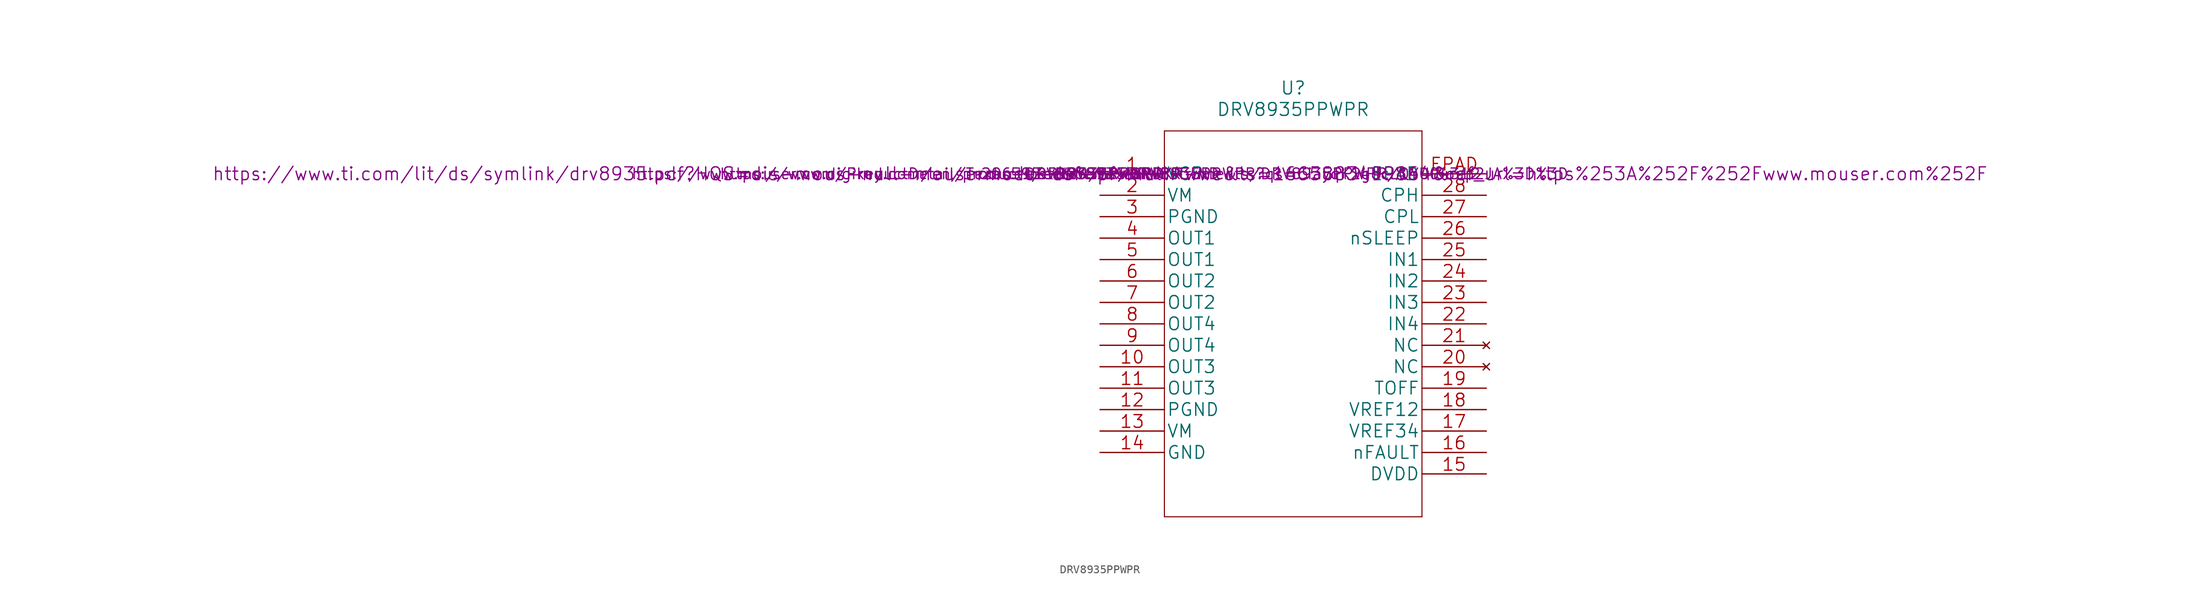
<source format=kicad_sym>
(kicad_symbol_lib
  (version 20211014)
  (generator kicad_symbol_editor)
  (symbol "DRV8935PPWPR"
    (pin_names
      (offset 0.254))
    (property "Reference" "U"
      (at 22.86 10.16 0)
      (effects (font (size 1.524 1.524))))
    (property "Value" "DRV8935PPWPR"
      (at 22.86 7.62 0)
      (effects (font (size 1.524 1.524))))
    (property "Datasheet" "https://www.ti.com/lit/ds/symlink/drv8935.pdf?HQS=dis-mous-null-mousermode-dsf-pf-null-wwe&ts=1665883499864&ref_url=https%253A%252F%252Fwww.mouser.com%252F"
      (at 0 0 0)
      (effects (font (size 1.524 1.524))))
    (property "Manufacturers Part Number" "DRV8935PPWPR"
      (at 0 0 0)
      (effects (font (size 1.27 1.27))))
    (property "Digikey Part Number" "296-DRV8935PPWPRDKR-ND"
      (at 0 0 0)
      (effects (font (size 1.27 1.27))))
    (property "Mouser Part Number" "595-DRV8935PPWPR "
      (at 0 0 0)
      (effects (font (size 1.27 1.27))))
    (property "Digikey Link" "https://www.digikey.com/en/products/detail/texas-instruments/DRV8935PPWPR/14004312"
      (at 0 0 0)
      (effects (font (size 1.27 1.27))))
    (property "Mouser Link" "https://www.mouser.com/ProductDetail/Texas-Instruments/DRV8935PPWPR?qs=CiayqK2gdcLQYUI8oup2JA%3D%3D"
      (at 0 0 0)
      (effects (font (size 1.27 1.27))))
    (symbol "DRV8935PPWPR_1_1"
      (polyline (pts (xy 7.62 -40.64) (xy 38.1 -40.64)) (stroke (width 0.127) (type default) (color 0 0 0 0)) (fill (type none)))
      (polyline (pts (xy 7.62 5.08) (xy 7.62 -40.64)) (stroke (width 0.127) (type default) (color 0 0 0 0)) (fill (type none)))
      (polyline (pts (xy 38.1 -40.64) (xy 38.1 5.08)) (stroke (width 0.127) (type default) (color 0 0 0 0)) (fill (type none)))
      (polyline (pts (xy 38.1 5.08) (xy 7.62 5.08)) (stroke (width 0.127) (type default) (color 0 0 0 0)) (fill (type none)))
      (pin unspecified line (at 0 0 0) (length 7.62) (name "VCP" (effects (font (size 1.499 1.499)))) (number "1" (effects (font (size 1.499 1.499)))))
      (pin output line (at 0 -22.86 0) (length 7.62) (name "OUT3" (effects (font (size 1.499 1.499)))) (number "10" (effects (font (size 1.499 1.499)))))
      (pin output line (at 0 -25.4 0) (length 7.62) (name "OUT3" (effects (font (size 1.499 1.499)))) (number "11" (effects (font (size 1.499 1.499)))))
      (pin power_in line (at 0 -27.94 0) (length 7.62) (name "PGND" (effects (font (size 1.499 1.499)))) (number "12" (effects (font (size 1.499 1.499)))))
      (pin unspecified line (at 0 -30.48 0) (length 7.62) (name "VM" (effects (font (size 1.499 1.499)))) (number "13" (effects (font (size 1.499 1.499)))))
      (pin power_in line (at 0 -33.02 0) (length 7.62) (name "GND" (effects (font (size 1.499 1.499)))) (number "14" (effects (font (size 1.499 1.499)))))
      (pin power_in line (at 45.72 -35.56 180) (length 7.62) (name "DVDD" (effects (font (size 1.499 1.499)))) (number "15" (effects (font (size 1.499 1.499)))))
      (pin unspecified line (at 45.72 -33.02 180) (length 7.62) (name "nFAULT" (effects (font (size 1.499 1.499)))) (number "16" (effects (font (size 1.499 1.499)))))
      (pin power_in line (at 45.72 -30.48 180) (length 7.62) (name "VREF34" (effects (font (size 1.499 1.499)))) (number "17" (effects (font (size 1.499 1.499)))))
      (pin power_in line (at 45.72 -27.94 180) (length 7.62) (name "VREF12" (effects (font (size 1.499 1.499)))) (number "18" (effects (font (size 1.499 1.499)))))
      (pin unspecified line (at 45.72 -25.4 180) (length 7.62) (name "TOFF" (effects (font (size 1.499 1.499)))) (number "19" (effects (font (size 1.499 1.499)))))
      (pin unspecified line (at 0 -2.54 0) (length 7.62) (name "VM" (effects (font (size 1.499 1.499)))) (number "2" (effects (font (size 1.499 1.499)))))
      (pin no_connect line (at 45.72 -22.86 180) (length 7.62) (name "NC" (effects (font (size 1.499 1.499)))) (number "20" (effects (font (size 1.499 1.499)))))
      (pin no_connect line (at 45.72 -20.32 180) (length 7.62) (name "NC" (effects (font (size 1.499 1.499)))) (number "21" (effects (font (size 1.499 1.499)))))
      (pin input line (at 45.72 -17.78 180) (length 7.62) (name "IN4" (effects (font (size 1.499 1.499)))) (number "22" (effects (font (size 1.499 1.499)))))
      (pin input line (at 45.72 -15.24 180) (length 7.62) (name "IN3" (effects (font (size 1.499 1.499)))) (number "23" (effects (font (size 1.499 1.499)))))
      (pin input line (at 45.72 -12.7 180) (length 7.62) (name "IN2" (effects (font (size 1.499 1.499)))) (number "24" (effects (font (size 1.499 1.499)))))
      (pin input line (at 45.72 -10.16 180) (length 7.62) (name "IN1" (effects (font (size 1.499 1.499)))) (number "25" (effects (font (size 1.499 1.499)))))
      (pin unspecified line (at 45.72 -7.62 180) (length 7.62) (name "nSLEEP" (effects (font (size 1.499 1.499)))) (number "26" (effects (font (size 1.499 1.499)))))
      (pin unspecified line (at 45.72 -5.08 180) (length 7.62) (name "CPL" (effects (font (size 1.499 1.499)))) (number "27" (effects (font (size 1.499 1.499)))))
      (pin unspecified line (at 45.72 -2.54 180) (length 7.62) (name "CPH" (effects (font (size 1.499 1.499)))) (number "28" (effects (font (size 1.499 1.499)))))
      (pin power_in line (at 0 -5.08 0) (length 7.62) (name "PGND" (effects (font (size 1.499 1.499)))) (number "3" (effects (font (size 1.499 1.499)))))
      (pin output line (at 0 -7.62 0) (length 7.62) (name "OUT1" (effects (font (size 1.499 1.499)))) (number "4" (effects (font (size 1.499 1.499)))))
      (pin output line (at 0 -10.16 0) (length 7.62) (name "OUT1" (effects (font (size 1.499 1.499)))) (number "5" (effects (font (size 1.499 1.499)))))
      (pin output line (at 0 -12.7 0) (length 7.62) (name "OUT2" (effects (font (size 1.499 1.499)))) (number "6" (effects (font (size 1.499 1.499)))))
      (pin output line (at 0 -15.24 0) (length 7.62) (name "OUT2" (effects (font (size 1.499 1.499)))) (number "7" (effects (font (size 1.499 1.499)))))
      (pin output line (at 0 -17.78 0) (length 7.62) (name "OUT4" (effects (font (size 1.499 1.499)))) (number "8" (effects (font (size 1.499 1.499)))))
      (pin output line (at 0 -20.32 0) (length 7.62) (name "OUT4" (effects (font (size 1.499 1.499)))) (number "9" (effects (font (size 1.499 1.499)))))
      (pin unspecified line (at 45.72 0 180) (length 7.62) (name "EPAD" (effects (font (size 1.499 1.499)))) (number "EPAD" (effects (font (size 1.499 1.499))))))))
</source>
